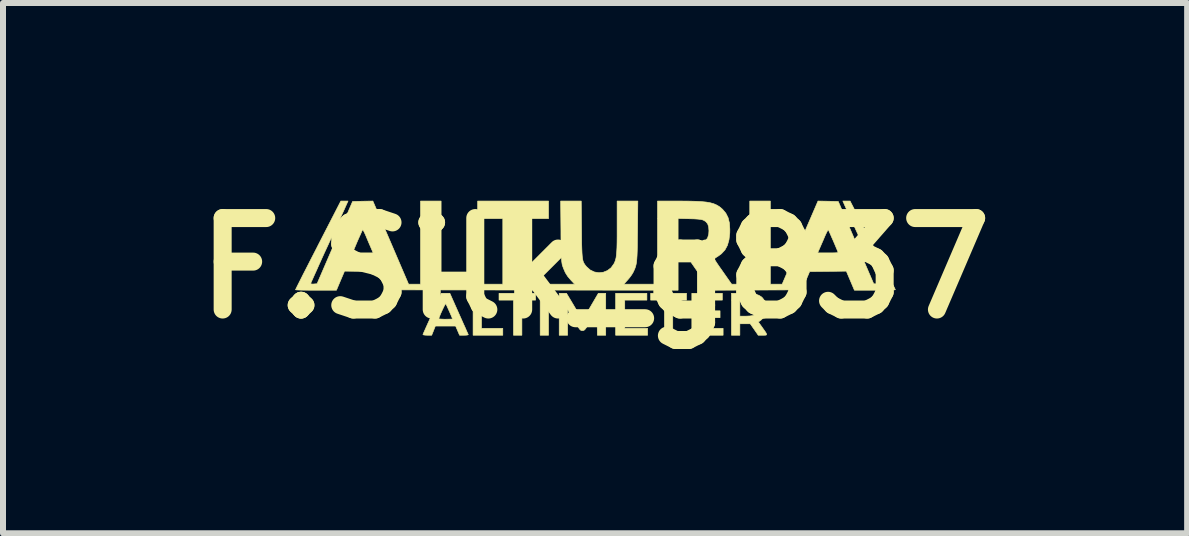
<source format=kicad_pcb>
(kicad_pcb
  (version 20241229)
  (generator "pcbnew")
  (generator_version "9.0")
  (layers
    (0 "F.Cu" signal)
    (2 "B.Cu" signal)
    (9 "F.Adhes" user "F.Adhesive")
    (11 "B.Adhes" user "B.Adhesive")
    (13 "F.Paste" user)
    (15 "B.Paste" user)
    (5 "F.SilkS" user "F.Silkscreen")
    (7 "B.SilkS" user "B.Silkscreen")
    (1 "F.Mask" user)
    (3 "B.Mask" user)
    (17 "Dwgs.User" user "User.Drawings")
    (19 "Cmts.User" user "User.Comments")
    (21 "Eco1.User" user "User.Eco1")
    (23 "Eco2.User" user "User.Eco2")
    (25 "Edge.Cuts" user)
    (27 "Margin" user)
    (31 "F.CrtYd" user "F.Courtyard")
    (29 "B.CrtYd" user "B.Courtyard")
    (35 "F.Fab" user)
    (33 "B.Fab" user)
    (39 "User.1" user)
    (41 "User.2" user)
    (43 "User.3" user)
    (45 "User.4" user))
  (footprint "F.Silk_g837"
    (layer "F.Cu")
    (at 6.865 1.418)
    (property "Reference" "F.Silk_g837" (at 0 0 0) (layer "F.SilkS") (effects (font (size 1.524 1.524) (thickness 0.3))))
    (attr through_hole)
    (fp_poly (pts (xy -0.775 1.118) (xy -0.914 1.118) (xy -0.914 0.419) (xy -0.775 0.419) (xy -0.775 1.118)) (stroke (width 0.01) (type solid)) (fill yes) (layer "F.SilkS"))
    (fp_poly (pts (xy -1.892 1.003) (xy -1.537 1.003) (xy -1.537 1.118) (xy -2.032 1.118) (xy -2.032 0.419) (xy -1.892 0.419) (xy -1.892 1.003)) (stroke (width 0.01) (type solid)) (fill yes) (layer "F.SilkS"))
    (fp_poly (pts (xy -0.991 0.533) (xy -1.219 0.533) (xy -1.219 1.118) (xy -1.359 1.118) (xy -1.359 0.533) (xy -1.6 0.533) (xy -1.6 0.419) (xy -0.991 0.419) (xy -0.991 0.533)) (stroke (width 0.01) (type solid)) (fill yes) (layer "F.SilkS"))
    (fp_poly (pts (xy 1.524 0.533) (xy 1.295 0.533) (xy 1.295 1.118) (xy 1.156 1.118) (xy 1.156 0.533) (xy 0.927 0.533) (xy 0.927 0.419) (xy 1.524 0.419) (xy 1.524 0.533)) (stroke (width 0.01) (type solid)) (fill yes) (layer "F.SilkS"))
    (fp_poly (pts (xy 0.864 0.533) (xy 0.495 0.533) (xy 0.495 0.711) (xy 0.826 0.711) (xy 0.826 0.826) (xy 0.495 0.826) (xy 0.495 1.003) (xy 0.876 1.003) (xy 0.876 1.118) (xy 0.343 1.118) (xy 0.343 0.419) (xy 0.864 0.419) (xy 0.864 0.533)) (stroke (width 0.01) (type solid)) (fill yes) (layer "F.SilkS"))
    (fp_poly (pts (xy 2.121 0.533) (xy 1.753 0.533) (xy 1.753 0.711) (xy 2.083 0.711) (xy 2.083 0.826) (xy 1.753 0.826) (xy 1.753 1.003) (xy 2.134 1.003) (xy 2.134 1.118) (xy 1.613 1.118) (xy 1.613 0.419) (xy 2.121 0.419) (xy 2.121 0.533)) (stroke (width 0.01) (type solid)) (fill yes) (layer "F.SilkS"))
    (fp_poly (pts (xy 0.116 0.419) (xy 0.178 0.419) (xy 0.178 1.118) (xy 0.039 1.118) (xy 0.032 0.697) (xy -0.07 0.869) (xy -0.109 0.934) (xy -0.137 0.98) (xy -0.159 1.011) (xy -0.175 1.029) (xy -0.19 1.038) (xy -0.204 1.041) (xy -0.21 1.041) (xy -0.225 1.04) (xy -0.239 1.034) (xy -0.254 1.02) (xy -0.273 0.994) (xy -0.299 0.955) (xy -0.334 0.898) (xy -0.353 0.867) (xy -0.457 0.692) (xy -0.457 0.905) (xy -0.457 1.118) (xy -0.597 1.118) (xy -0.597 0.419) (xy -0.476 0.419) (xy -0.371 0.594) (xy -0.333 0.658) (xy -0.297 0.718) (xy -0.266 0.769) (xy -0.244 0.806) (xy -0.237 0.817) (xy -0.207 0.866) (xy -0.076 0.643) (xy 0.055 0.419) (xy 0.116 0.419)) (stroke (width 0.01) (type solid)) (fill yes) (layer "F.SilkS"))
    (fp_poly (pts (xy 2.551 0.421) (xy 2.625 0.426) (xy 2.683 0.436) (xy 2.729 0.452) (xy 2.766 0.474) (xy 2.786 0.491) (xy 2.83 0.548) (xy 2.853 0.618) (xy 2.857 0.674) (xy 2.847 0.752) (xy 2.815 0.816) (xy 2.768 0.863) (xy 2.721 0.897) (xy 2.784 0.985) (xy 2.823 1.04) (xy 2.848 1.077) (xy 2.859 1.1) (xy 2.857 1.112) (xy 2.842 1.117) (xy 2.814 1.118) (xy 2.795 1.118) (xy 2.719 1.118) (xy 2.653 1.022) (xy 2.586 0.927) (xy 2.413 0.927) (xy 2.413 1.118) (xy 2.273 1.118) (xy 2.273 0.8) (xy 2.413 0.8) (xy 2.515 0.8) (xy 2.581 0.797) (xy 2.63 0.79) (xy 2.652 0.782) (xy 2.691 0.749) (xy 2.712 0.704) (xy 2.716 0.653) (xy 2.7 0.606) (xy 2.689 0.591) (xy 2.648 0.56) (xy 2.587 0.542) (xy 2.504 0.534) (xy 2.486 0.534) (xy 2.413 0.533) (xy 2.413 0.8) (xy 2.273 0.8) (xy 2.273 0.419) (xy 2.455 0.419) (xy 2.551 0.421)) (stroke (width 0.01) (type solid)) (fill yes) (layer "F.SilkS"))
    (fp_poly (pts (xy -2.49 0.419) (xy -2.419 0.419) (xy -2.268 0.759) (xy -2.229 0.846) (xy -2.194 0.925) (xy -2.163 0.993) (xy -2.139 1.049) (xy -2.121 1.087) (xy -2.112 1.107) (xy -2.112 1.108) (xy -2.12 1.113) (xy -2.148 1.117) (xy -2.182 1.118) (xy -2.257 1.118) (xy -2.323 0.965) (xy -2.661 0.965) (xy -2.691 1.041) (xy -2.722 1.118) (xy -2.797 1.118) (xy -2.836 1.116) (xy -2.862 1.111) (xy -2.868 1.106) (xy -2.862 1.092) (xy -2.847 1.058) (xy -2.824 1.006) (xy -2.795 0.941) (xy -2.76 0.864) (xy -2.751 0.844) (xy -2.603 0.844) (xy -2.592 0.847) (xy -2.56 0.849) (xy -2.515 0.851) (xy -2.489 0.851) (xy -2.439 0.85) (xy -2.4 0.849) (xy -2.378 0.848) (xy -2.375 0.847) (xy -2.38 0.832) (xy -2.393 0.8) (xy -2.411 0.758) (xy -2.432 0.711) (xy -2.453 0.664) (xy -2.471 0.625) (xy -2.484 0.6) (xy -2.488 0.593) (xy -2.496 0.601) (xy -2.51 0.626) (xy -2.529 0.664) (xy -2.55 0.709) (xy -2.571 0.755) (xy -2.588 0.797) (xy -2.6 0.829) (xy -2.603 0.844) (xy -2.751 0.844) (xy -2.722 0.779) (xy -2.713 0.757) (xy -2.561 0.419) (xy -2.49 0.419)) (stroke (width 0.01) (type solid)) (fill yes) (layer "F.SilkS"))
    (fp_poly (pts (xy -3.404 -0.426) (xy -3.107 0.267) (xy -2.908 0.267) (xy -2.908 -1.118) (xy -2.565 -1.118) (xy -2.565 0.064) (xy -1.93 0.064) (xy -1.93 0.267) (xy -1.537 0.267) (xy -1.537 -0.826) (xy -1.956 -0.826) (xy -1.956 -1.118) (xy -0.775 -1.118) (xy -0.775 -0.826) (xy -1.194 -0.826) (xy -1.194 0.267) (xy -0.339 0.267) (xy -0.403 0.199) (xy -0.455 0.138) (xy -0.495 0.075) (xy -0.527 0.001) (xy -0.541 -0.038) (xy -0.547 -0.058) (xy -0.551 -0.082) (xy -0.555 -0.111) (xy -0.559 -0.149) (xy -0.561 -0.198) (xy -0.563 -0.261) (xy -0.565 -0.341) (xy -0.567 -0.439) (xy -0.568 -0.559) (xy -0.568 -0.613) (xy -0.573 -1.118) (xy -0.23 -1.118) (xy -0.225 -0.645) (xy -0.224 -0.515) (xy -0.223 -0.407) (xy -0.22 -0.32) (xy -0.217 -0.25) (xy -0.213 -0.195) (xy -0.207 -0.152) (xy -0.2 -0.118) (xy -0.189 -0.091) (xy -0.176 -0.068) (xy -0.16 -0.046) (xy -0.141 -0.023) (xy -0.08 0.031) (xy -0.01 0.064) (xy 0.064 0.076) (xy 0.138 0.068) (xy 0.207 0.04) (xy 0.268 -0.007) (xy 0.315 -0.073) (xy 0.317 -0.076) (xy 0.33 -0.105) (xy 0.341 -0.136) (xy 0.35 -0.172) (xy 0.356 -0.217) (xy 0.361 -0.272) (xy 0.365 -0.341) (xy 0.367 -0.427) (xy 0.368 -0.531) (xy 0.368 -0.658) (xy 0.368 -0.686) (xy 0.368 -1.118) (xy 0.713 -1.118) (xy 0.708 -0.619) (xy 0.706 -0.486) (xy 0.705 -0.375) (xy 0.703 -0.284) (xy 0.7 -0.21) (xy 0.696 -0.15) (xy 0.691 -0.101) (xy 0.684 -0.061) (xy 0.675 -0.026) (xy 0.664 0.006) (xy 0.65 0.038) (xy 0.635 0.07) (xy 0.611 0.11) (xy 0.577 0.157) (xy 0.543 0.197) (xy 0.48 0.267) (xy 1.041 0.267) (xy 1.041 -0.39) (xy 1.384 -0.39) (xy 1.559 -0.397) (xy 1.651 -0.402) (xy 1.721 -0.41) (xy 1.771 -0.42) (xy 1.787 -0.425) (xy 1.84 -0.457) (xy 1.875 -0.502) (xy 1.894 -0.564) (xy 1.898 -0.623) (xy 1.893 -0.69) (xy 1.876 -0.739) (xy 1.846 -0.775) (xy 1.813 -0.796) (xy 1.79 -0.805) (xy 1.759 -0.812) (xy 1.714 -0.817) (xy 1.653 -0.821) (xy 1.578 -0.823) (xy 1.384 -0.828) (xy 1.384 -0.39) (xy 1.041 -0.39) (xy 1.041 -1.118) (xy 1.41 -1.118) (xy 1.552 -1.117) (xy 1.671 -1.114) (xy 1.77 -1.109) (xy 1.853 -1.101) (xy 1.921 -1.089) (xy 1.978 -1.073) (xy 2.026 -1.052) (xy 2.069 -1.027) (xy 2.108 -0.995) (xy 2.125 -0.98) (xy 2.179 -0.916) (xy 2.217 -0.841) (xy 2.239 -0.752) (xy 2.246 -0.647) (xy 2.245 -0.586) (xy 2.232 -0.473) (xy 2.206 -0.38) (xy 2.165 -0.304) (xy 2.107 -0.241) (xy 2.053 -0.201) (xy 2.018 -0.179) (xy 1.993 -0.163) (xy 1.983 -0.158) (xy 1.989 -0.147) (xy 2.008 -0.119) (xy 2.036 -0.076) (xy 2.073 -0.022) (xy 2.117 0.04) (xy 2.128 0.056) (xy 2.276 0.267) (xy 2.578 0.267) (xy 2.578 -1.118) (xy 2.921 -1.118) (xy 2.921 0.267) (xy 3.019 0.267) (xy 3.118 0.267) (xy 3.342 -0.254) (xy 3.709 -0.254) (xy 3.88 -0.254) (xy 3.943 -0.254) (xy 3.995 -0.255) (xy 4.032 -0.257) (xy 4.05 -0.259) (xy 4.051 -0.259) (xy 4.046 -0.273) (xy 4.033 -0.306) (xy 4.014 -0.351) (xy 3.991 -0.406) (xy 3.966 -0.464) (xy 3.941 -0.52) (xy 3.919 -0.571) (xy 3.901 -0.61) (xy 3.89 -0.634) (xy 3.887 -0.638) (xy 3.879 -0.631) (xy 3.864 -0.605) (xy 3.844 -0.564) (xy 3.826 -0.524) (xy 3.8 -0.462) (xy 3.773 -0.401) (xy 3.75 -0.348) (xy 3.741 -0.327) (xy 3.709 -0.254) (xy 3.342 -0.254) (xy 3.715 -1.118) (xy 3.884 -1.115) (xy 4.053 -1.111) (xy 4.643 0.26) (xy 4.76 0.268) (xy 4.468 -0.371) (xy 4.413 -0.492) (xy 4.36 -0.608) (xy 4.311 -0.715) (xy 4.267 -0.813) (xy 4.228 -0.898) (xy 4.196 -0.968) (xy 4.172 -1.021) (xy 4.157 -1.054) (xy 4.153 -1.064) (xy 4.129 -1.118) (xy 4.25 -1.118) (xy 4.627 -0.384) (xy 4.692 -0.257) (xy 4.753 -0.137) (xy 4.81 -0.025) (xy 4.862 0.076) (xy 4.907 0.165) (xy 4.944 0.239) (xy 4.974 0.297) (xy 4.994 0.337) (xy 5.003 0.357) (xy 5.004 0.359) (xy 4.992 0.362) (xy 4.957 0.364) (xy 4.904 0.366) (xy 4.836 0.367) (xy 4.755 0.368) (xy 4.665 0.368) (xy 4.322 0.368) (xy 4.187 0.05) (xy 3.882 0.054) (xy 3.576 0.057) (xy 3.511 0.21) (xy 3.445 0.362) (xy 1.922 0.368) (xy 1.76 0.133) (xy 1.597 -0.102) (xy 1.491 -0.102) (xy 1.384 -0.102) (xy 1.384 0.133) (xy 1.384 0.368) (xy -1.024 0.365) (xy -3.433 0.362) (xy -3.498 0.21) (xy -3.564 0.057) (xy -3.869 0.054) (xy -4.174 0.05) (xy -4.242 0.209) (xy -4.309 0.368) (xy -4.65 0.368) (xy -4.74 0.368) (xy -4.821 0.367) (xy -4.89 0.366) (xy -4.944 0.364) (xy -4.978 0.362) (xy -4.991 0.36) (xy -4.991 0.36) (xy -4.985 0.347) (xy -4.969 0.314) (xy -4.943 0.262) (xy -4.908 0.193) (xy -4.866 0.109) (xy -4.816 0.012) (xy -4.761 -0.096) (xy -4.701 -0.213) (xy -4.637 -0.337) (xy -4.614 -0.383) (xy -4.236 -1.118) (xy -4.116 -1.118) (xy -4.146 -1.051) (xy -4.157 -1.027) (xy -4.177 -0.981) (xy -4.206 -0.918) (xy -4.242 -0.839) (xy -4.284 -0.747) (xy -4.331 -0.644) (xy -4.382 -0.533) (xy -4.435 -0.416) (xy -4.451 -0.381) (xy -4.505 -0.265) (xy -4.555 -0.155) (xy -4.601 -0.053) (xy -4.641 0.037) (xy -4.676 0.114) (xy -4.703 0.175) (xy -4.723 0.219) (xy -4.733 0.242) (xy -4.734 0.245) (xy -4.735 0.26) (xy -4.723 0.265) (xy -4.692 0.265) (xy -4.686 0.264) (xy -4.632 0.26) (xy -4.403 -0.27) (xy -4.035 -0.27) (xy -4.032 -0.263) (xy -4.014 -0.259) (xy -3.979 -0.256) (xy -3.924 -0.254) (xy -3.869 -0.254) (xy -3.697 -0.254) (xy -3.742 -0.359) (xy -3.769 -0.421) (xy -3.798 -0.49) (xy -3.823 -0.55) (xy -3.826 -0.556) (xy -3.845 -0.598) (xy -3.861 -0.627) (xy -3.872 -0.639) (xy -3.873 -0.639) (xy -3.881 -0.625) (xy -3.895 -0.593) (xy -3.916 -0.546) (xy -3.941 -0.491) (xy -3.967 -0.431) (xy -3.992 -0.372) (xy -4.015 -0.318) (xy -4.033 -0.274) (xy -4.035 -0.27) (xy -4.403 -0.27) (xy -4.336 -0.425) (xy -4.04 -1.111) (xy -3.871 -1.115) (xy -3.702 -1.118) (xy -3.404 -0.426)) (stroke (width 0.01) (type solid)) (fill yes) (layer "F.SilkS")))
  (gr_rect
    (start -3 -3)
    (end 16.731 5.836)
    (stroke (width 0.1) (type default))
    (fill no)
    (layer "Edge.Cuts")))
</source>
